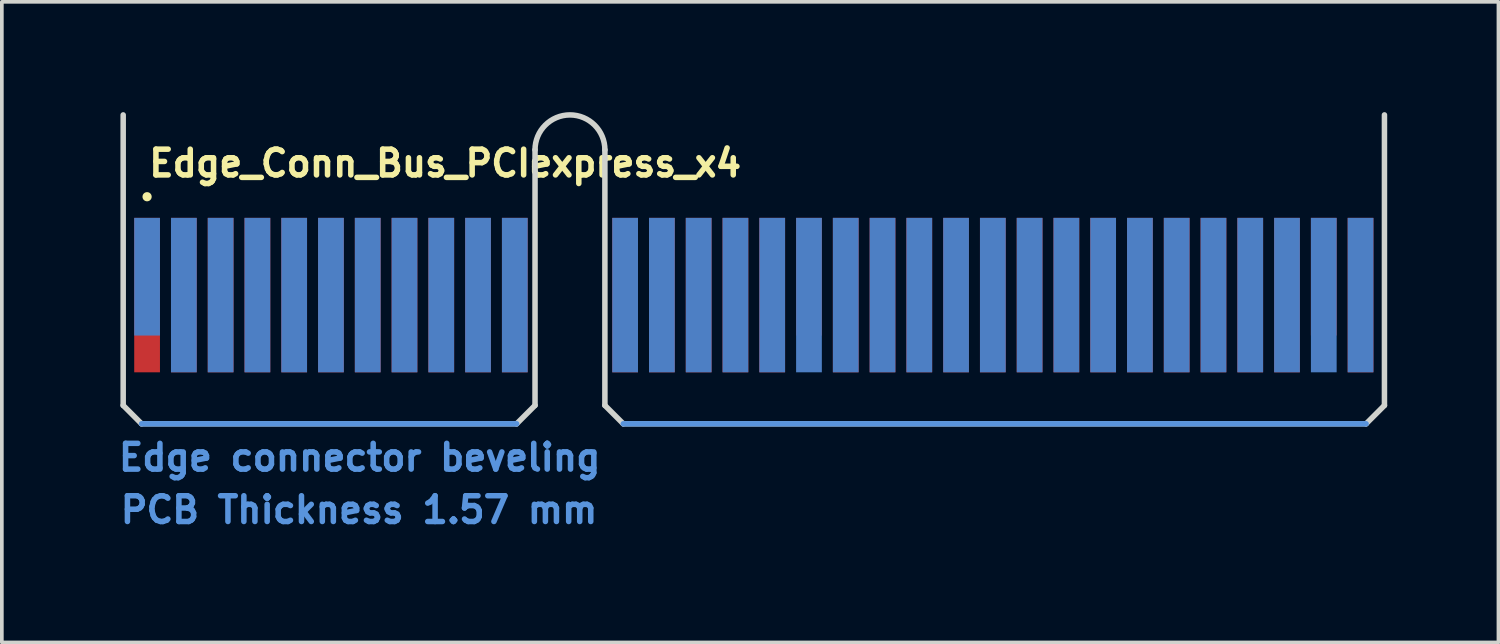
<source format=kicad_pcb>
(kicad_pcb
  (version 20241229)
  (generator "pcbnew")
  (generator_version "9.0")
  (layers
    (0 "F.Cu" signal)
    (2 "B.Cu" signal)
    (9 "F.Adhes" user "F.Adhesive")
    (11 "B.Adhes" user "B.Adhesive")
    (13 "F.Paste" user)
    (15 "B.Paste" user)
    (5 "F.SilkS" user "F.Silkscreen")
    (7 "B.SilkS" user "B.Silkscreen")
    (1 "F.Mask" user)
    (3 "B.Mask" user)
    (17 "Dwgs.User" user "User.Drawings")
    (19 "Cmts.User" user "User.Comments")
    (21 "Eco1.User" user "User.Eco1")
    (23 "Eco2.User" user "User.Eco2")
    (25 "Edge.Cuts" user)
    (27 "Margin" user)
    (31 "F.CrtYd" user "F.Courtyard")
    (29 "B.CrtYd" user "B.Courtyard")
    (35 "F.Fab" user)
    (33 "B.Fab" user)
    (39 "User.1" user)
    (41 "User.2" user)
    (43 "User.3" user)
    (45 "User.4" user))
  (footprint "Edge_Conn_Bus_PCIexpress_x4"
    (layer "F.Cu")
    (at 0.95 4.975)
    (property "Reference" "Edge_Conn_Bus_PCIexpress_x4" (at -0.025 -3.175 0) (layer "F.SilkS") (effects (font (size 0.7 0.7) (thickness 0.15)) (justify left bottom)))
    (attr exclude_from_pos_files exclude_from_bom)
    (fp_poly (pts (xy -0.85 -2) (xy 33.65 -2) (xy 33.65 3.5) (xy -0.85 3.5)) (stroke (width 0.2) (type solid)) (fill yes) (layer "F.Mask"))
    (fp_poly (pts (xy -0.85 -2) (xy 33.65 -2) (xy 33.65 3.5) (xy -0.85 3.5)) (stroke (width 0.2) (type solid)) (fill yes) (layer "B.Mask"))
    (fp_circle (center 0 -2.675) (end 0.05 -2.675) (stroke (width 0.15) (type solid)) (fill yes) (layer "F.SilkS"))
    (fp_line (start -0.15 3.5) (end 10.05 3.5) (stroke (width 0.15) (type solid)) (layer "Cmts.User"))
    (fp_line (start 12.95 3.5) (end 33.15 3.5) (stroke (width 0.15) (type solid)) (layer "Cmts.User"))
    (fp_line (start -0.65 -4.9) (end -0.65 3) (stroke (width 0.15) (type solid)) (layer "Edge.Cuts"))
    (fp_line (start -0.65 3) (end -0.15 3.5) (stroke (width 0.15) (type solid)) (layer "Edge.Cuts"))
    (fp_line (start -0.15 3.5) (end 10.05 3.5) (stroke (width 0.15) (type solid)) (layer "Edge.Cuts"))
    (fp_line (start 10.55 -3.95) (end 10.55 3) (stroke (width 0.15) (type solid)) (layer "Edge.Cuts"))
    (fp_line (start 10.55 3) (end 10.05 3.5) (stroke (width 0.15) (type solid)) (layer "Edge.Cuts"))
    (fp_line (start 12.45 -3.95) (end 12.45 3) (stroke (width 0.15) (type solid)) (layer "Edge.Cuts"))
    (fp_line (start 12.45 3) (end 12.95 3.5) (stroke (width 0.15) (type solid)) (layer "Edge.Cuts"))
    (fp_line (start 12.95 3.5) (end 33.15 3.5) (stroke (width 0.15) (type solid)) (layer "Edge.Cuts"))
    (fp_line (start 33.65 -4.9) (end 33.65 3) (stroke (width 0.15) (type solid)) (layer "Edge.Cuts"))
    (fp_line (start 33.65 3) (end 33.15 3.5) (stroke (width 0.15) (type solid)) (layer "Edge.Cuts"))
    (fp_arc (start 10.55 -3.95) (mid 11.5 -4.9) (end 12.45 -3.95) (stroke (width 0.15) (type solid)) (layer "Edge.Cuts"))
    (fp_text user "PCB Thickness 1.57 mm" (at -0.8 6.25 180) (layer "Cmts.User") (effects (font (size 0.7 0.7) (thickness 0.15)) (justify left bottom)))
    (fp_text user "Edge connector beveling" (at -0.85 4.825 180) (layer "Cmts.User") (effects (font (size 0.7 0.7) (thickness 0.15)) (justify left bottom)))
    (pad "A1" connect rect (at 0 -0.5) (size 0.7 3.2) (layers "B.Cu" "B.Mask"))
    (pad "A2" connect rect (at 1 0) (size 0.7 4.2) (layers "B.Cu" "B.Mask"))
    (pad "A3" connect rect (at 2 0) (size 0.7 4.2) (layers "B.Cu" "B.Mask"))
    (pad "A4" connect rect (at 3 0) (size 0.7 4.2) (layers "B.Cu" "B.Mask"))
    (pad "A5" connect rect (at 4 0) (size 0.7 4.2) (layers "B.Cu" "B.Mask"))
    (pad "A6" connect rect (at 5 0) (size 0.7 4.2) (layers "B.Cu" "B.Mask"))
    (pad "A7" connect rect (at 6 0) (size 0.7 4.2) (layers "B.Cu" "B.Mask"))
    (pad "A8" connect rect (at 7 0) (size 0.7 4.2) (layers "B.Cu" "B.Mask"))
    (pad "A9" connect rect (at 8 0) (size 0.7 4.2) (layers "B.Cu" "B.Mask"))
    (pad "A10" connect rect (at 9 0) (size 0.7 4.2) (layers "B.Cu" "B.Mask"))
    (pad "A11" connect rect (at 10 0) (size 0.7 4.2) (layers "B.Cu" "B.Mask"))
    (pad "A12" connect rect (at 13 0) (size 0.7 4.2) (layers "B.Cu" "B.Mask"))
    (pad "A13" connect rect (at 14 0) (size 0.7 4.2) (layers "B.Cu" "B.Mask"))
    (pad "A14" connect rect (at 15 0) (size 0.7 4.2) (layers "B.Cu" "B.Mask"))
    (pad "A15" connect rect (at 16 0) (size 0.7 4.2) (layers "B.Cu" "B.Mask"))
    (pad "A16" connect rect (at 17 0) (size 0.7 4.2) (layers "B.Cu" "B.Mask"))
    (pad "A17" connect rect (at 18 0) (size 0.7 4.2) (layers "B.Cu" "B.Mask"))
    (pad "A18" connect rect (at 19 0) (size 0.7 4.2) (layers "B.Cu" "B.Mask"))
    (pad "A19" connect rect (at 20 0) (size 0.7 4.2) (layers "B.Cu" "B.Mask"))
    (pad "A20" connect rect (at 21 0) (size 0.7 4.2) (layers "B.Cu" "B.Mask"))
    (pad "A21" connect rect (at 22 0) (size 0.7 4.2) (layers "B.Cu" "B.Mask"))
    (pad "A22" connect rect (at 23 0) (size 0.7 4.2) (layers "B.Cu" "B.Mask"))
    (pad "A23" connect rect (at 24 0) (size 0.7 4.2) (layers "B.Cu" "B.Mask"))
    (pad "A24" connect rect (at 25 0) (size 0.7 4.2) (layers "B.Cu" "B.Mask"))
    (pad "A25" connect rect (at 26 0) (size 0.7 4.2) (layers "B.Cu" "B.Mask"))
    (pad "A26" connect rect (at 27 0) (size 0.7 4.2) (layers "B.Cu" "B.Mask"))
    (pad "A27" connect rect (at 28 0) (size 0.7 4.2) (layers "B.Cu" "B.Mask"))
    (pad "A28" connect rect (at 29 0) (size 0.7 4.2) (layers "B.Cu" "B.Mask"))
    (pad "A29" connect rect (at 30 0) (size 0.7 4.2) (layers "B.Cu" "B.Mask"))
    (pad "A30" connect rect (at 31 0) (size 0.7 4.2) (layers "B.Cu" "B.Mask"))
    (pad "A31" connect rect (at 32 0) (size 0.7 4.2) (layers "B.Cu" "B.Mask"))
    (pad "A32" connect rect (at 33 0) (size 0.7 4.2) (layers "B.Cu" "B.Mask"))
    (pad "B1" connect rect (at 0 0) (size 0.7 4.2) (layers "F.Cu" "F.Mask"))
    (pad "B2" connect rect (at 1 0) (size 0.7 4.2) (layers "F.Cu" "F.Mask"))
    (pad "B3" connect rect (at 2 0) (size 0.7 4.2) (layers "F.Cu" "F.Mask"))
    (pad "B4" connect rect (at 3 0) (size 0.7 4.2) (layers "F.Cu" "F.Mask"))
    (pad "B5" connect rect (at 4 0) (size 0.7 4.2) (layers "F.Cu" "F.Mask"))
    (pad "B6" connect rect (at 5 0) (size 0.7 4.2) (layers "F.Cu" "F.Mask"))
    (pad "B7" connect rect (at 6 0) (size 0.7 4.2) (layers "F.Cu" "F.Mask"))
    (pad "B8" connect rect (at 7 0) (size 0.7 4.2) (layers "F.Cu" "F.Mask"))
    (pad "B9" connect rect (at 8 0) (size 0.7 4.2) (layers "F.Cu" "F.Mask"))
    (pad "B10" connect rect (at 9 0) (size 0.7 4.2) (layers "F.Cu" "F.Mask"))
    (pad "B11" connect rect (at 10 0) (size 0.7 4.2) (layers "F.Cu" "F.Mask"))
    (pad "B12" connect rect (at 13 0) (size 0.7 4.2) (layers "F.Cu" "F.Mask"))
    (pad "B13" connect rect (at 14 0) (size 0.7 4.2) (layers "F.Cu" "F.Mask"))
    (pad "B14" connect rect (at 15 0) (size 0.7 4.2) (layers "F.Cu" "F.Mask"))
    (pad "B15" connect rect (at 16 0) (size 0.7 4.2) (layers "F.Cu" "F.Mask"))
    (pad "B16" connect rect (at 17 0) (size 0.7 4.2) (layers "F.Cu" "F.Mask"))
    (pad "B17" connect rect (at 18 -0.5) (size 0.7 3.2) (layers "F.Cu" "F.Mask"))
    (pad "B18" connect rect (at 19 0) (size 0.7 4.2) (layers "F.Cu" "F.Mask"))
    (pad "B19" connect rect (at 20 0) (size 0.7 4.2) (layers "F.Cu" "F.Mask"))
    (pad "B20" connect rect (at 21 0) (size 0.7 4.2) (layers "F.Cu" "F.Mask"))
    (pad "B21" connect rect (at 22 0) (size 0.7 4.2) (layers "F.Cu" "F.Mask"))
    (pad "B22" connect rect (at 23 0) (size 0.7 4.2) (layers "F.Cu" "F.Mask"))
    (pad "B23" connect rect (at 24 0) (size 0.7 4.2) (layers "F.Cu" "F.Mask"))
    (pad "B24" connect rect (at 25 0) (size 0.7 4.2) (layers "F.Cu" "F.Mask"))
    (pad "B25" connect rect (at 26 0) (size 0.7 4.2) (layers "F.Cu" "F.Mask"))
    (pad "B26" connect rect (at 27 0) (size 0.7 4.2) (layers "F.Cu" "F.Mask"))
    (pad "B27" connect rect (at 28 0) (size 0.7 4.2) (layers "F.Cu" "F.Mask"))
    (pad "B28" connect rect (at 29 0) (size 0.7 4.2) (layers "F.Cu" "F.Mask"))
    (pad "B29" connect rect (at 30 0) (size 0.7 4.2) (layers "F.Cu" "F.Mask"))
    (pad "B30" connect rect (at 31 0) (size 0.7 4.2) (layers "F.Cu" "F.Mask"))
    (pad "B31" connect rect (at 32 -0.5) (size 0.7 3.2) (layers "F.Cu" "F.Mask"))
    (pad "B32" connect rect (at 33 0) (size 0.7 4.2) (layers "F.Cu" "F.Mask")))
  (gr_rect
    (start -3 -3)
    (end 37.7 14.421)
    (stroke (width 0.1) (type default))
    (fill no)
    (layer "Edge.Cuts")))
</source>
